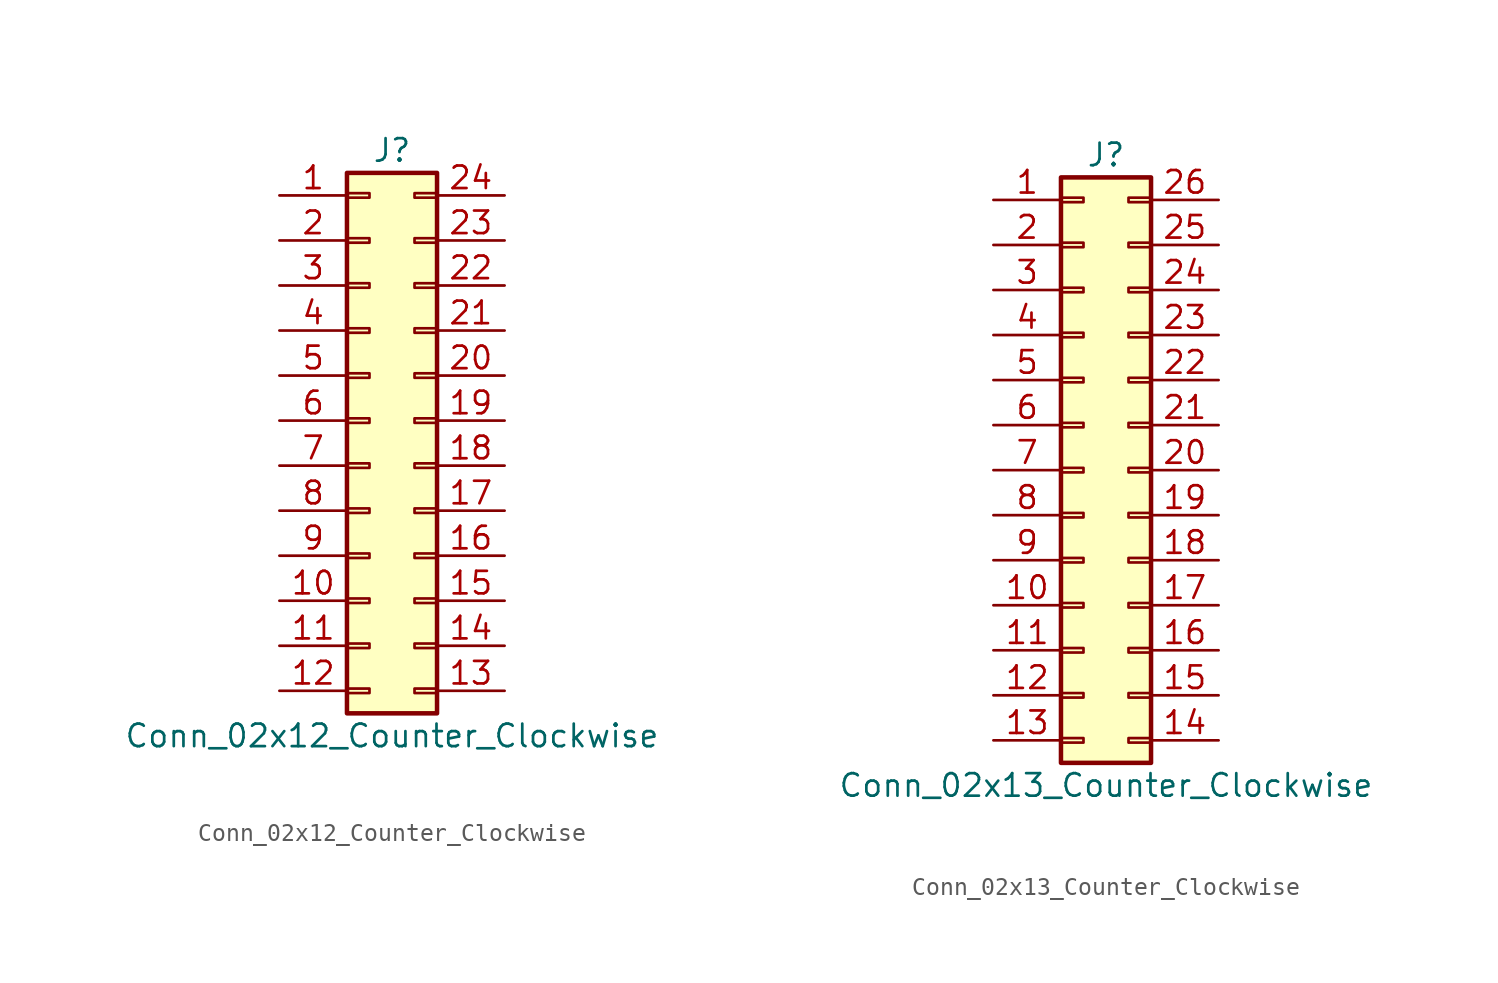
<source format=kicad_sym>
(kicad_symbol_lib
  (version 20220914)
  (generator kicad_symbol_editor)
  (symbol "Conn_02x12_Counter_Clockwise"
    (pin_names
      (offset 1.016) hide)
    (property "Reference" "J"
      (at 1.27 15.24 0)
      (effects (font (size 1.27 1.27))))
    (property "Value" "Conn_02x12_Counter_Clockwise"
      (at 1.27 -17.78 0)
      (effects (font (size 1.27 1.27))))
    (symbol "Conn_02x12_Counter_Clockwise_1_1"
      (rectangle (start -1.27 -15.113) (end 0 -15.367) (stroke (width 0.152) (type default)) (fill (type none)))
      (rectangle (start -1.27 -12.573) (end 0 -12.827) (stroke (width 0.152) (type default)) (fill (type none)))
      (rectangle (start -1.27 -10.033) (end 0 -10.287) (stroke (width 0.152) (type default)) (fill (type none)))
      (rectangle (start -1.27 -7.493) (end 0 -7.747) (stroke (width 0.152) (type default)) (fill (type none)))
      (rectangle (start -1.27 -4.953) (end 0 -5.207) (stroke (width 0.152) (type default)) (fill (type none)))
      (rectangle (start -1.27 -2.413) (end 0 -2.667) (stroke (width 0.152) (type default)) (fill (type none)))
      (rectangle (start -1.27 0.127) (end 0 -0.127) (stroke (width 0.152) (type default)) (fill (type none)))
      (rectangle (start -1.27 2.667) (end 0 2.413) (stroke (width 0.152) (type default)) (fill (type none)))
      (rectangle (start -1.27 5.207) (end 0 4.953) (stroke (width 0.152) (type default)) (fill (type none)))
      (rectangle (start -1.27 7.747) (end 0 7.493) (stroke (width 0.152) (type default)) (fill (type none)))
      (rectangle (start -1.27 10.287) (end 0 10.033) (stroke (width 0.152) (type default)) (fill (type none)))
      (rectangle (start -1.27 12.827) (end 0 12.573) (stroke (width 0.152) (type default)) (fill (type none)))
      (rectangle (start -1.27 13.97) (end 3.81 -16.51) (stroke (width 0.254) (type default)) (fill (type background)))
      (rectangle (start 3.81 -15.113) (end 2.54 -15.367) (stroke (width 0.152) (type default)) (fill (type none)))
      (rectangle (start 3.81 -12.573) (end 2.54 -12.827) (stroke (width 0.152) (type default)) (fill (type none)))
      (rectangle (start 3.81 -10.033) (end 2.54 -10.287) (stroke (width 0.152) (type default)) (fill (type none)))
      (rectangle (start 3.81 -7.493) (end 2.54 -7.747) (stroke (width 0.152) (type default)) (fill (type none)))
      (rectangle (start 3.81 -4.953) (end 2.54 -5.207) (stroke (width 0.152) (type default)) (fill (type none)))
      (rectangle (start 3.81 -2.413) (end 2.54 -2.667) (stroke (width 0.152) (type default)) (fill (type none)))
      (rectangle (start 3.81 0.127) (end 2.54 -0.127) (stroke (width 0.152) (type default)) (fill (type none)))
      (rectangle (start 3.81 2.667) (end 2.54 2.413) (stroke (width 0.152) (type default)) (fill (type none)))
      (rectangle (start 3.81 5.207) (end 2.54 4.953) (stroke (width 0.152) (type default)) (fill (type none)))
      (rectangle (start 3.81 7.747) (end 2.54 7.493) (stroke (width 0.152) (type default)) (fill (type none)))
      (rectangle (start 3.81 10.287) (end 2.54 10.033) (stroke (width 0.152) (type default)) (fill (type none)))
      (rectangle (start 3.81 12.827) (end 2.54 12.573) (stroke (width 0.152) (type default)) (fill (type none)))
      (pin passive line (at -5.08 12.7 0) (length 3.81) (name "Pin_1" (effects (font (size 1.27 1.27)))) (number "1" (effects (font (size 1.27 1.27)))))
      (pin passive line (at -5.08 -10.16 0) (length 3.81) (name "Pin_10" (effects (font (size 1.27 1.27)))) (number "10" (effects (font (size 1.27 1.27)))))
      (pin passive line (at -5.08 -12.7 0) (length 3.81) (name "Pin_11" (effects (font (size 1.27 1.27)))) (number "11" (effects (font (size 1.27 1.27)))))
      (pin passive line (at -5.08 -15.24 0) (length 3.81) (name "Pin_12" (effects (font (size 1.27 1.27)))) (number "12" (effects (font (size 1.27 1.27)))))
      (pin passive line (at 7.62 -15.24 180) (length 3.81) (name "Pin_13" (effects (font (size 1.27 1.27)))) (number "13" (effects (font (size 1.27 1.27)))))
      (pin passive line (at 7.62 -12.7 180) (length 3.81) (name "Pin_14" (effects (font (size 1.27 1.27)))) (number "14" (effects (font (size 1.27 1.27)))))
      (pin passive line (at 7.62 -10.16 180) (length 3.81) (name "Pin_15" (effects (font (size 1.27 1.27)))) (number "15" (effects (font (size 1.27 1.27)))))
      (pin passive line (at 7.62 -7.62 180) (length 3.81) (name "Pin_16" (effects (font (size 1.27 1.27)))) (number "16" (effects (font (size 1.27 1.27)))))
      (pin passive line (at 7.62 -5.08 180) (length 3.81) (name "Pin_17" (effects (font (size 1.27 1.27)))) (number "17" (effects (font (size 1.27 1.27)))))
      (pin passive line (at 7.62 -2.54 180) (length 3.81) (name "Pin_18" (effects (font (size 1.27 1.27)))) (number "18" (effects (font (size 1.27 1.27)))))
      (pin passive line (at 7.62 0 180) (length 3.81) (name "Pin_19" (effects (font (size 1.27 1.27)))) (number "19" (effects (font (size 1.27 1.27)))))
      (pin passive line (at -5.08 10.16 0) (length 3.81) (name "Pin_2" (effects (font (size 1.27 1.27)))) (number "2" (effects (font (size 1.27 1.27)))))
      (pin passive line (at 7.62 2.54 180) (length 3.81) (name "Pin_20" (effects (font (size 1.27 1.27)))) (number "20" (effects (font (size 1.27 1.27)))))
      (pin passive line (at 7.62 5.08 180) (length 3.81) (name "Pin_21" (effects (font (size 1.27 1.27)))) (number "21" (effects (font (size 1.27 1.27)))))
      (pin passive line (at 7.62 7.62 180) (length 3.81) (name "Pin_22" (effects (font (size 1.27 1.27)))) (number "22" (effects (font (size 1.27 1.27)))))
      (pin passive line (at 7.62 10.16 180) (length 3.81) (name "Pin_23" (effects (font (size 1.27 1.27)))) (number "23" (effects (font (size 1.27 1.27)))))
      (pin passive line (at 7.62 12.7 180) (length 3.81) (name "Pin_24" (effects (font (size 1.27 1.27)))) (number "24" (effects (font (size 1.27 1.27)))))
      (pin passive line (at -5.08 7.62 0) (length 3.81) (name "Pin_3" (effects (font (size 1.27 1.27)))) (number "3" (effects (font (size 1.27 1.27)))))
      (pin passive line (at -5.08 5.08 0) (length 3.81) (name "Pin_4" (effects (font (size 1.27 1.27)))) (number "4" (effects (font (size 1.27 1.27)))))
      (pin passive line (at -5.08 2.54 0) (length 3.81) (name "Pin_5" (effects (font (size 1.27 1.27)))) (number "5" (effects (font (size 1.27 1.27)))))
      (pin passive line (at -5.08 0 0) (length 3.81) (name "Pin_6" (effects (font (size 1.27 1.27)))) (number "6" (effects (font (size 1.27 1.27)))))
      (pin passive line (at -5.08 -2.54 0) (length 3.81) (name "Pin_7" (effects (font (size 1.27 1.27)))) (number "7" (effects (font (size 1.27 1.27)))))
      (pin passive line (at -5.08 -5.08 0) (length 3.81) (name "Pin_8" (effects (font (size 1.27 1.27)))) (number "8" (effects (font (size 1.27 1.27)))))
      (pin passive line (at -5.08 -7.62 0) (length 3.81) (name "Pin_9" (effects (font (size 1.27 1.27)))) (number "9" (effects (font (size 1.27 1.27)))))))
  (symbol "Conn_02x13_Counter_Clockwise"
    (pin_names
      (offset 1.016) hide)
    (property "Reference" "J"
      (at 1.27 17.78 0)
      (effects (font (size 1.27 1.27))))
    (property "Value" "Conn_02x13_Counter_Clockwise"
      (at 1.27 -17.78 0)
      (effects (font (size 1.27 1.27))))
    (symbol "Conn_02x13_Counter_Clockwise_1_1"
      (rectangle (start -1.27 -15.113) (end 0 -15.367) (stroke (width 0.152) (type default)) (fill (type none)))
      (rectangle (start -1.27 -12.573) (end 0 -12.827) (stroke (width 0.152) (type default)) (fill (type none)))
      (rectangle (start -1.27 -10.033) (end 0 -10.287) (stroke (width 0.152) (type default)) (fill (type none)))
      (rectangle (start -1.27 -7.493) (end 0 -7.747) (stroke (width 0.152) (type default)) (fill (type none)))
      (rectangle (start -1.27 -4.953) (end 0 -5.207) (stroke (width 0.152) (type default)) (fill (type none)))
      (rectangle (start -1.27 -2.413) (end 0 -2.667) (stroke (width 0.152) (type default)) (fill (type none)))
      (rectangle (start -1.27 0.127) (end 0 -0.127) (stroke (width 0.152) (type default)) (fill (type none)))
      (rectangle (start -1.27 2.667) (end 0 2.413) (stroke (width 0.152) (type default)) (fill (type none)))
      (rectangle (start -1.27 5.207) (end 0 4.953) (stroke (width 0.152) (type default)) (fill (type none)))
      (rectangle (start -1.27 7.747) (end 0 7.493) (stroke (width 0.152) (type default)) (fill (type none)))
      (rectangle (start -1.27 10.287) (end 0 10.033) (stroke (width 0.152) (type default)) (fill (type none)))
      (rectangle (start -1.27 12.827) (end 0 12.573) (stroke (width 0.152) (type default)) (fill (type none)))
      (rectangle (start -1.27 15.367) (end 0 15.113) (stroke (width 0.152) (type default)) (fill (type none)))
      (rectangle (start -1.27 16.51) (end 3.81 -16.51) (stroke (width 0.254) (type default)) (fill (type background)))
      (rectangle (start 3.81 -15.113) (end 2.54 -15.367) (stroke (width 0.152) (type default)) (fill (type none)))
      (rectangle (start 3.81 -12.573) (end 2.54 -12.827) (stroke (width 0.152) (type default)) (fill (type none)))
      (rectangle (start 3.81 -10.033) (end 2.54 -10.287) (stroke (width 0.152) (type default)) (fill (type none)))
      (rectangle (start 3.81 -7.493) (end 2.54 -7.747) (stroke (width 0.152) (type default)) (fill (type none)))
      (rectangle (start 3.81 -4.953) (end 2.54 -5.207) (stroke (width 0.152) (type default)) (fill (type none)))
      (rectangle (start 3.81 -2.413) (end 2.54 -2.667) (stroke (width 0.152) (type default)) (fill (type none)))
      (rectangle (start 3.81 0.127) (end 2.54 -0.127) (stroke (width 0.152) (type default)) (fill (type none)))
      (rectangle (start 3.81 2.667) (end 2.54 2.413) (stroke (width 0.152) (type default)) (fill (type none)))
      (rectangle (start 3.81 5.207) (end 2.54 4.953) (stroke (width 0.152) (type default)) (fill (type none)))
      (rectangle (start 3.81 7.747) (end 2.54 7.493) (stroke (width 0.152) (type default)) (fill (type none)))
      (rectangle (start 3.81 10.287) (end 2.54 10.033) (stroke (width 0.152) (type default)) (fill (type none)))
      (rectangle (start 3.81 12.827) (end 2.54 12.573) (stroke (width 0.152) (type default)) (fill (type none)))
      (rectangle (start 3.81 15.367) (end 2.54 15.113) (stroke (width 0.152) (type default)) (fill (type none)))
      (pin passive line (at -5.08 15.24 0) (length 3.81) (name "Pin_1" (effects (font (size 1.27 1.27)))) (number "1" (effects (font (size 1.27 1.27)))))
      (pin passive line (at -5.08 -7.62 0) (length 3.81) (name "Pin_10" (effects (font (size 1.27 1.27)))) (number "10" (effects (font (size 1.27 1.27)))))
      (pin passive line (at -5.08 -10.16 0) (length 3.81) (name "Pin_11" (effects (font (size 1.27 1.27)))) (number "11" (effects (font (size 1.27 1.27)))))
      (pin passive line (at -5.08 -12.7 0) (length 3.81) (name "Pin_12" (effects (font (size 1.27 1.27)))) (number "12" (effects (font (size 1.27 1.27)))))
      (pin passive line (at -5.08 -15.24 0) (length 3.81) (name "Pin_13" (effects (font (size 1.27 1.27)))) (number "13" (effects (font (size 1.27 1.27)))))
      (pin passive line (at 7.62 -15.24 180) (length 3.81) (name "Pin_14" (effects (font (size 1.27 1.27)))) (number "14" (effects (font (size 1.27 1.27)))))
      (pin passive line (at 7.62 -12.7 180) (length 3.81) (name "Pin_15" (effects (font (size 1.27 1.27)))) (number "15" (effects (font (size 1.27 1.27)))))
      (pin passive line (at 7.62 -10.16 180) (length 3.81) (name "Pin_16" (effects (font (size 1.27 1.27)))) (number "16" (effects (font (size 1.27 1.27)))))
      (pin passive line (at 7.62 -7.62 180) (length 3.81) (name "Pin_17" (effects (font (size 1.27 1.27)))) (number "17" (effects (font (size 1.27 1.27)))))
      (pin passive line (at 7.62 -5.08 180) (length 3.81) (name "Pin_18" (effects (font (size 1.27 1.27)))) (number "18" (effects (font (size 1.27 1.27)))))
      (pin passive line (at 7.62 -2.54 180) (length 3.81) (name "Pin_19" (effects (font (size 1.27 1.27)))) (number "19" (effects (font (size 1.27 1.27)))))
      (pin passive line (at -5.08 12.7 0) (length 3.81) (name "Pin_2" (effects (font (size 1.27 1.27)))) (number "2" (effects (font (size 1.27 1.27)))))
      (pin passive line (at 7.62 0 180) (length 3.81) (name "Pin_20" (effects (font (size 1.27 1.27)))) (number "20" (effects (font (size 1.27 1.27)))))
      (pin passive line (at 7.62 2.54 180) (length 3.81) (name "Pin_21" (effects (font (size 1.27 1.27)))) (number "21" (effects (font (size 1.27 1.27)))))
      (pin passive line (at 7.62 5.08 180) (length 3.81) (name "Pin_22" (effects (font (size 1.27 1.27)))) (number "22" (effects (font (size 1.27 1.27)))))
      (pin passive line (at 7.62 7.62 180) (length 3.81) (name "Pin_23" (effects (font (size 1.27 1.27)))) (number "23" (effects (font (size 1.27 1.27)))))
      (pin passive line (at 7.62 10.16 180) (length 3.81) (name "Pin_24" (effects (font (size 1.27 1.27)))) (number "24" (effects (font (size 1.27 1.27)))))
      (pin passive line (at 7.62 12.7 180) (length 3.81) (name "Pin_25" (effects (font (size 1.27 1.27)))) (number "25" (effects (font (size 1.27 1.27)))))
      (pin passive line (at 7.62 15.24 180) (length 3.81) (name "Pin_26" (effects (font (size 1.27 1.27)))) (number "26" (effects (font (size 1.27 1.27)))))
      (pin passive line (at -5.08 10.16 0) (length 3.81) (name "Pin_3" (effects (font (size 1.27 1.27)))) (number "3" (effects (font (size 1.27 1.27)))))
      (pin passive line (at -5.08 7.62 0) (length 3.81) (name "Pin_4" (effects (font (size 1.27 1.27)))) (number "4" (effects (font (size 1.27 1.27)))))
      (pin passive line (at -5.08 5.08 0) (length 3.81) (name "Pin_5" (effects (font (size 1.27 1.27)))) (number "5" (effects (font (size 1.27 1.27)))))
      (pin passive line (at -5.08 2.54 0) (length 3.81) (name "Pin_6" (effects (font (size 1.27 1.27)))) (number "6" (effects (font (size 1.27 1.27)))))
      (pin passive line (at -5.08 0 0) (length 3.81) (name "Pin_7" (effects (font (size 1.27 1.27)))) (number "7" (effects (font (size 1.27 1.27)))))
      (pin passive line (at -5.08 -2.54 0) (length 3.81) (name "Pin_8" (effects (font (size 1.27 1.27)))) (number "8" (effects (font (size 1.27 1.27)))))
      (pin passive line (at -5.08 -5.08 0) (length 3.81) (name "Pin_9" (effects (font (size 1.27 1.27)))) (number "9" (effects (font (size 1.27 1.27))))))))
</source>
